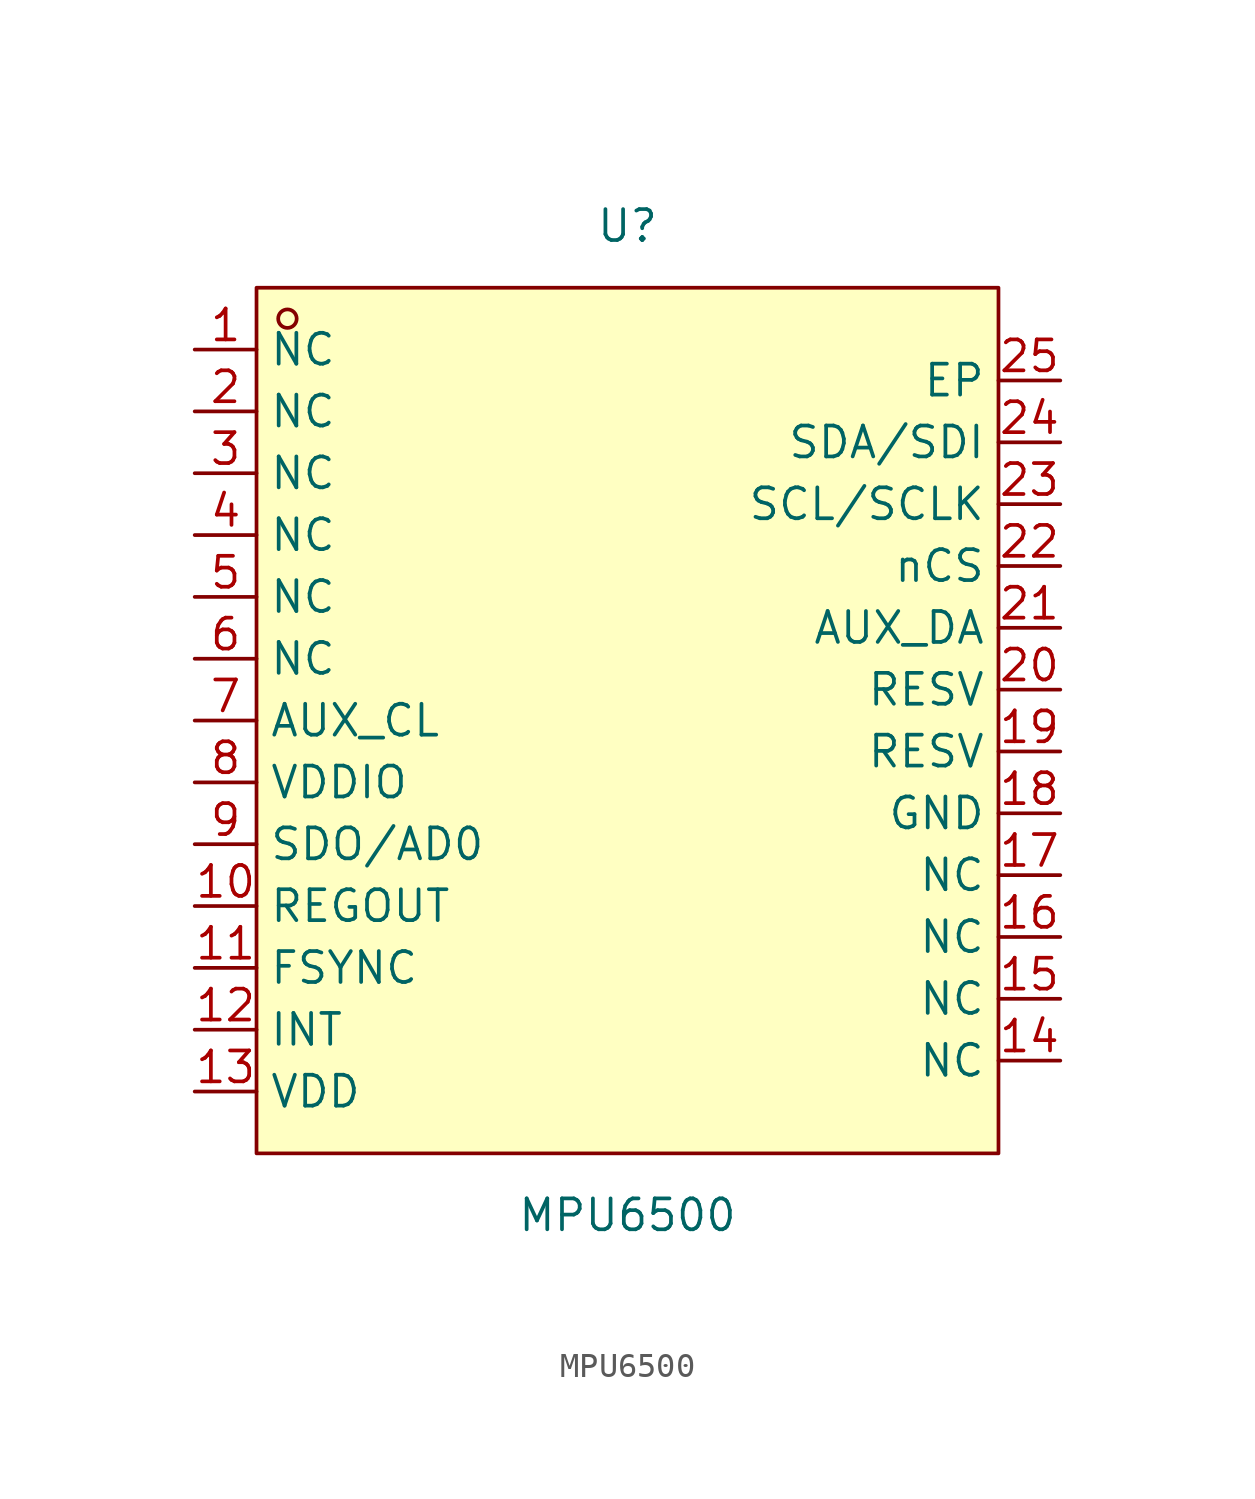
<source format=kicad_sym>
(kicad_symbol_lib
  (version 20211014)
  (generator https://github.com/uPesy/easyeda2kicad.py)
  (symbol "MPU6500"
    (property "Reference" "U"
      (at 0 20.32 0)
      (effects (font (size 1.27 1.27))))
    (property "Value" "MPU6500"
      (at 0 -20.32 0)
      (effects (font (size 1.27 1.27))))
    (symbol "MPU6500_0_1"
      (rectangle (start -15.24 17.78) (end 15.24 -17.78) (stroke (width 0) (type default) (color 0 0 0 0)) (fill (type background)))
      (circle (center -13.97 16.51) (radius 0.38) (stroke (width 0) (type default) (color 0 0 0 0)) (fill (type none)))
      (pin unspecified line (at -17.78 15.24 0) (length 2.54) (name "NC" (effects (font (size 1.27 1.27)))) (number "1" (effects (font (size 1.27 1.27)))))
      (pin unspecified line (at -17.78 12.70 0) (length 2.54) (name "NC" (effects (font (size 1.27 1.27)))) (number "2" (effects (font (size 1.27 1.27)))))
      (pin unspecified line (at -17.78 10.16 0) (length 2.54) (name "NC" (effects (font (size 1.27 1.27)))) (number "3" (effects (font (size 1.27 1.27)))))
      (pin unspecified line (at -17.78 7.62 0) (length 2.54) (name "NC" (effects (font (size 1.27 1.27)))) (number "4" (effects (font (size 1.27 1.27)))))
      (pin unspecified line (at -17.78 5.08 0) (length 2.54) (name "NC" (effects (font (size 1.27 1.27)))) (number "5" (effects (font (size 1.27 1.27)))))
      (pin unspecified line (at -17.78 2.54 0) (length 2.54) (name "NC" (effects (font (size 1.27 1.27)))) (number "6" (effects (font (size 1.27 1.27)))))
      (pin unspecified line (at -17.78 -0.00 0) (length 2.54) (name "AUX_CL" (effects (font (size 1.27 1.27)))) (number "7" (effects (font (size 1.27 1.27)))))
      (pin unspecified line (at -17.78 -2.54 0) (length 2.54) (name "VDDIO" (effects (font (size 1.27 1.27)))) (number "8" (effects (font (size 1.27 1.27)))))
      (pin unspecified line (at -17.78 -5.08 0) (length 2.54) (name "SDO/AD0" (effects (font (size 1.27 1.27)))) (number "9" (effects (font (size 1.27 1.27)))))
      (pin unspecified line (at -17.78 -7.62 0) (length 2.54) (name "REGOUT" (effects (font (size 1.27 1.27)))) (number "10" (effects (font (size 1.27 1.27)))))
      (pin unspecified line (at -17.78 -10.16 0) (length 2.54) (name "FSYNC" (effects (font (size 1.27 1.27)))) (number "11" (effects (font (size 1.27 1.27)))))
      (pin unspecified line (at -17.78 -12.70 0) (length 2.54) (name "INT" (effects (font (size 1.27 1.27)))) (number "12" (effects (font (size 1.27 1.27)))))
      (pin unspecified line (at -17.78 -15.24 0) (length 2.54) (name "VDD" (effects (font (size 1.27 1.27)))) (number "13" (effects (font (size 1.27 1.27)))))
      (pin unspecified line (at 17.78 -13.97 180) (length 2.54) (name "NC" (effects (font (size 1.27 1.27)))) (number "14" (effects (font (size 1.27 1.27)))))
      (pin unspecified line (at 17.78 -11.43 180) (length 2.54) (name "NC" (effects (font (size 1.27 1.27)))) (number "15" (effects (font (size 1.27 1.27)))))
      (pin unspecified line (at 17.78 -8.89 180) (length 2.54) (name "NC" (effects (font (size 1.27 1.27)))) (number "16" (effects (font (size 1.27 1.27)))))
      (pin unspecified line (at 17.78 -6.35 180) (length 2.54) (name "NC" (effects (font (size 1.27 1.27)))) (number "17" (effects (font (size 1.27 1.27)))))
      (pin unspecified line (at 17.78 -3.81 180) (length 2.54) (name "GND" (effects (font (size 1.27 1.27)))) (number "18" (effects (font (size 1.27 1.27)))))
      (pin unspecified line (at 17.78 -1.27 180) (length 2.54) (name "RESV" (effects (font (size 1.27 1.27)))) (number "19" (effects (font (size 1.27 1.27)))))
      (pin unspecified line (at 17.78 1.27 180) (length 2.54) (name "RESV" (effects (font (size 1.27 1.27)))) (number "20" (effects (font (size 1.27 1.27)))))
      (pin unspecified line (at 17.78 3.81 180) (length 2.54) (name "AUX_DA" (effects (font (size 1.27 1.27)))) (number "21" (effects (font (size 1.27 1.27)))))
      (pin unspecified line (at 17.78 6.35 180) (length 2.54) (name "nCS" (effects (font (size 1.27 1.27)))) (number "22" (effects (font (size 1.27 1.27)))))
      (pin unspecified line (at 17.78 8.89 180) (length 2.54) (name "SCL/SCLK" (effects (font (size 1.27 1.27)))) (number "23" (effects (font (size 1.27 1.27)))))
      (pin unspecified line (at 17.78 11.43 180) (length 2.54) (name "SDA/SDI" (effects (font (size 1.27 1.27)))) (number "24" (effects (font (size 1.27 1.27)))))
      (pin unspecified line (at 17.78 13.97 180) (length 2.54) (name "EP" (effects (font (size 1.27 1.27)))) (number "25" (effects (font (size 1.27 1.27))))))))
</source>
